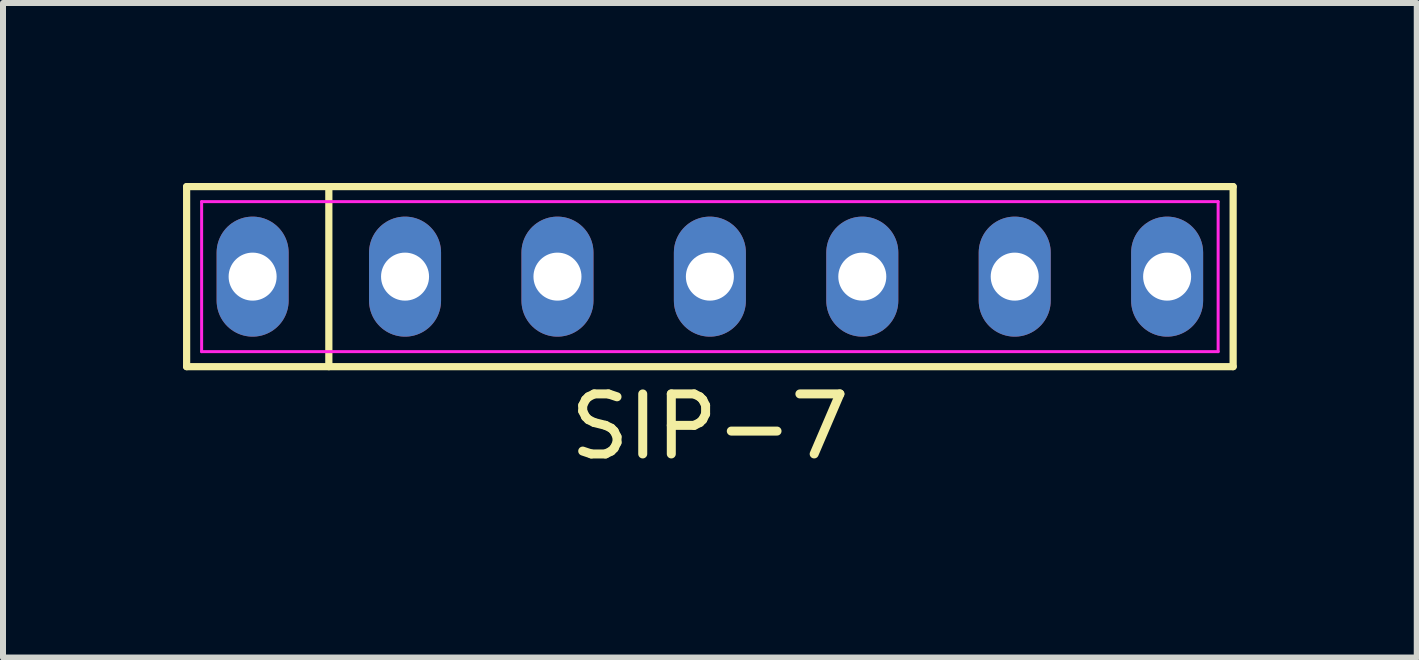
<source format=kicad_pcb>
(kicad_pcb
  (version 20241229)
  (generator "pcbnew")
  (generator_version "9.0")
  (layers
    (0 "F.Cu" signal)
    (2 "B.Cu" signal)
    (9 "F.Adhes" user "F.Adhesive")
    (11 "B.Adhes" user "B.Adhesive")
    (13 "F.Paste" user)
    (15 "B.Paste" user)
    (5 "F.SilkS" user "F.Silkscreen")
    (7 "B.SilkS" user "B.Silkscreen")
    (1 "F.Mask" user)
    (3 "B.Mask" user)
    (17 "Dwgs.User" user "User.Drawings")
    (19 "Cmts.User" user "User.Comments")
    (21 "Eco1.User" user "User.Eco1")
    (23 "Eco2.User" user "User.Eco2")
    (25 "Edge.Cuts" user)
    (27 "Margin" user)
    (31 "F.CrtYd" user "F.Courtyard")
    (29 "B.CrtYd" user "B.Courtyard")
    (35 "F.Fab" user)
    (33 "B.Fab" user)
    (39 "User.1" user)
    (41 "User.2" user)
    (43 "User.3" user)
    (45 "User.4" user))
  (footprint "SIP-7"
    (layer "F.Cu")
    (at 8.78 1.56)
    (property "Reference" "SIP-7" (at 0 2.5 0) (layer "F.SilkS") (effects (font (size 1 1) (thickness 0.15))))
    (attr through_hole)
    (fp_line (start -8.72 -1.5) (end 8.72 -1.5) (stroke (width 0.12) (type solid)) (layer "F.SilkS"))
    (fp_line (start -8.72 1.5) (end -8.72 -1.5) (stroke (width 0.12) (type solid)) (layer "F.SilkS"))
    (fp_line (start -6.35 -1.5) (end -6.35 1.5) (stroke (width 0.12) (type solid)) (layer "F.SilkS"))
    (fp_line (start 8.72 -1.5) (end 8.72 1.5) (stroke (width 0.12) (type solid)) (layer "F.SilkS"))
    (fp_line (start 8.72 1.5) (end -8.72 1.5) (stroke (width 0.12) (type solid)) (layer "F.SilkS"))
    (fp_line (start -8.47 -1.25) (end 8.47 -1.25) (stroke (width 0.05) (type solid)) (layer "F.CrtYd"))
    (fp_line (start -8.47 1.25) (end -8.47 -1.25) (stroke (width 0.05) (type solid)) (layer "F.CrtYd"))
    (fp_line (start 8.47 -1.25) (end 8.47 1.25) (stroke (width 0.05) (type solid)) (layer "F.CrtYd"))
    (fp_line (start 8.47 1.25) (end -8.47 1.25) (stroke (width 0.05) (type solid)) (layer "F.CrtYd"))
    (pad "1" thru_hole oval (at -7.62 0) (size 1.2 2) (drill 0.8) (layers "*.Cu" "*.Mask"))
    (pad "2" thru_hole oval (at -5.08 0) (size 1.2 2) (drill 0.8) (layers "*.Cu" "*.Mask"))
    (pad "3" thru_hole oval (at -2.54 0) (size 1.2 2) (drill 0.8) (layers "*.Cu" "*.Mask"))
    (pad "4" thru_hole oval (at 0 0) (size 1.2 2) (drill 0.8) (layers "*.Cu" "*.Mask"))
    (pad "5" thru_hole oval (at 2.54 0) (size 1.2 2) (drill 0.8) (layers "*.Cu" "*.Mask"))
    (pad "6" thru_hole oval (at 5.08 0) (size 1.2 2) (drill 0.8) (layers "*.Cu" "*.Mask"))
    (pad "7" thru_hole oval (at 7.62 0) (size 1.2 2) (drill 0.8) (layers "*.Cu" "*.Mask")))
  (gr_rect
    (start -3 -3)
    (end 20.56 7.908)
    (stroke (width 0.1) (type default))
    (fill no)
    (layer "Edge.Cuts")))
</source>
